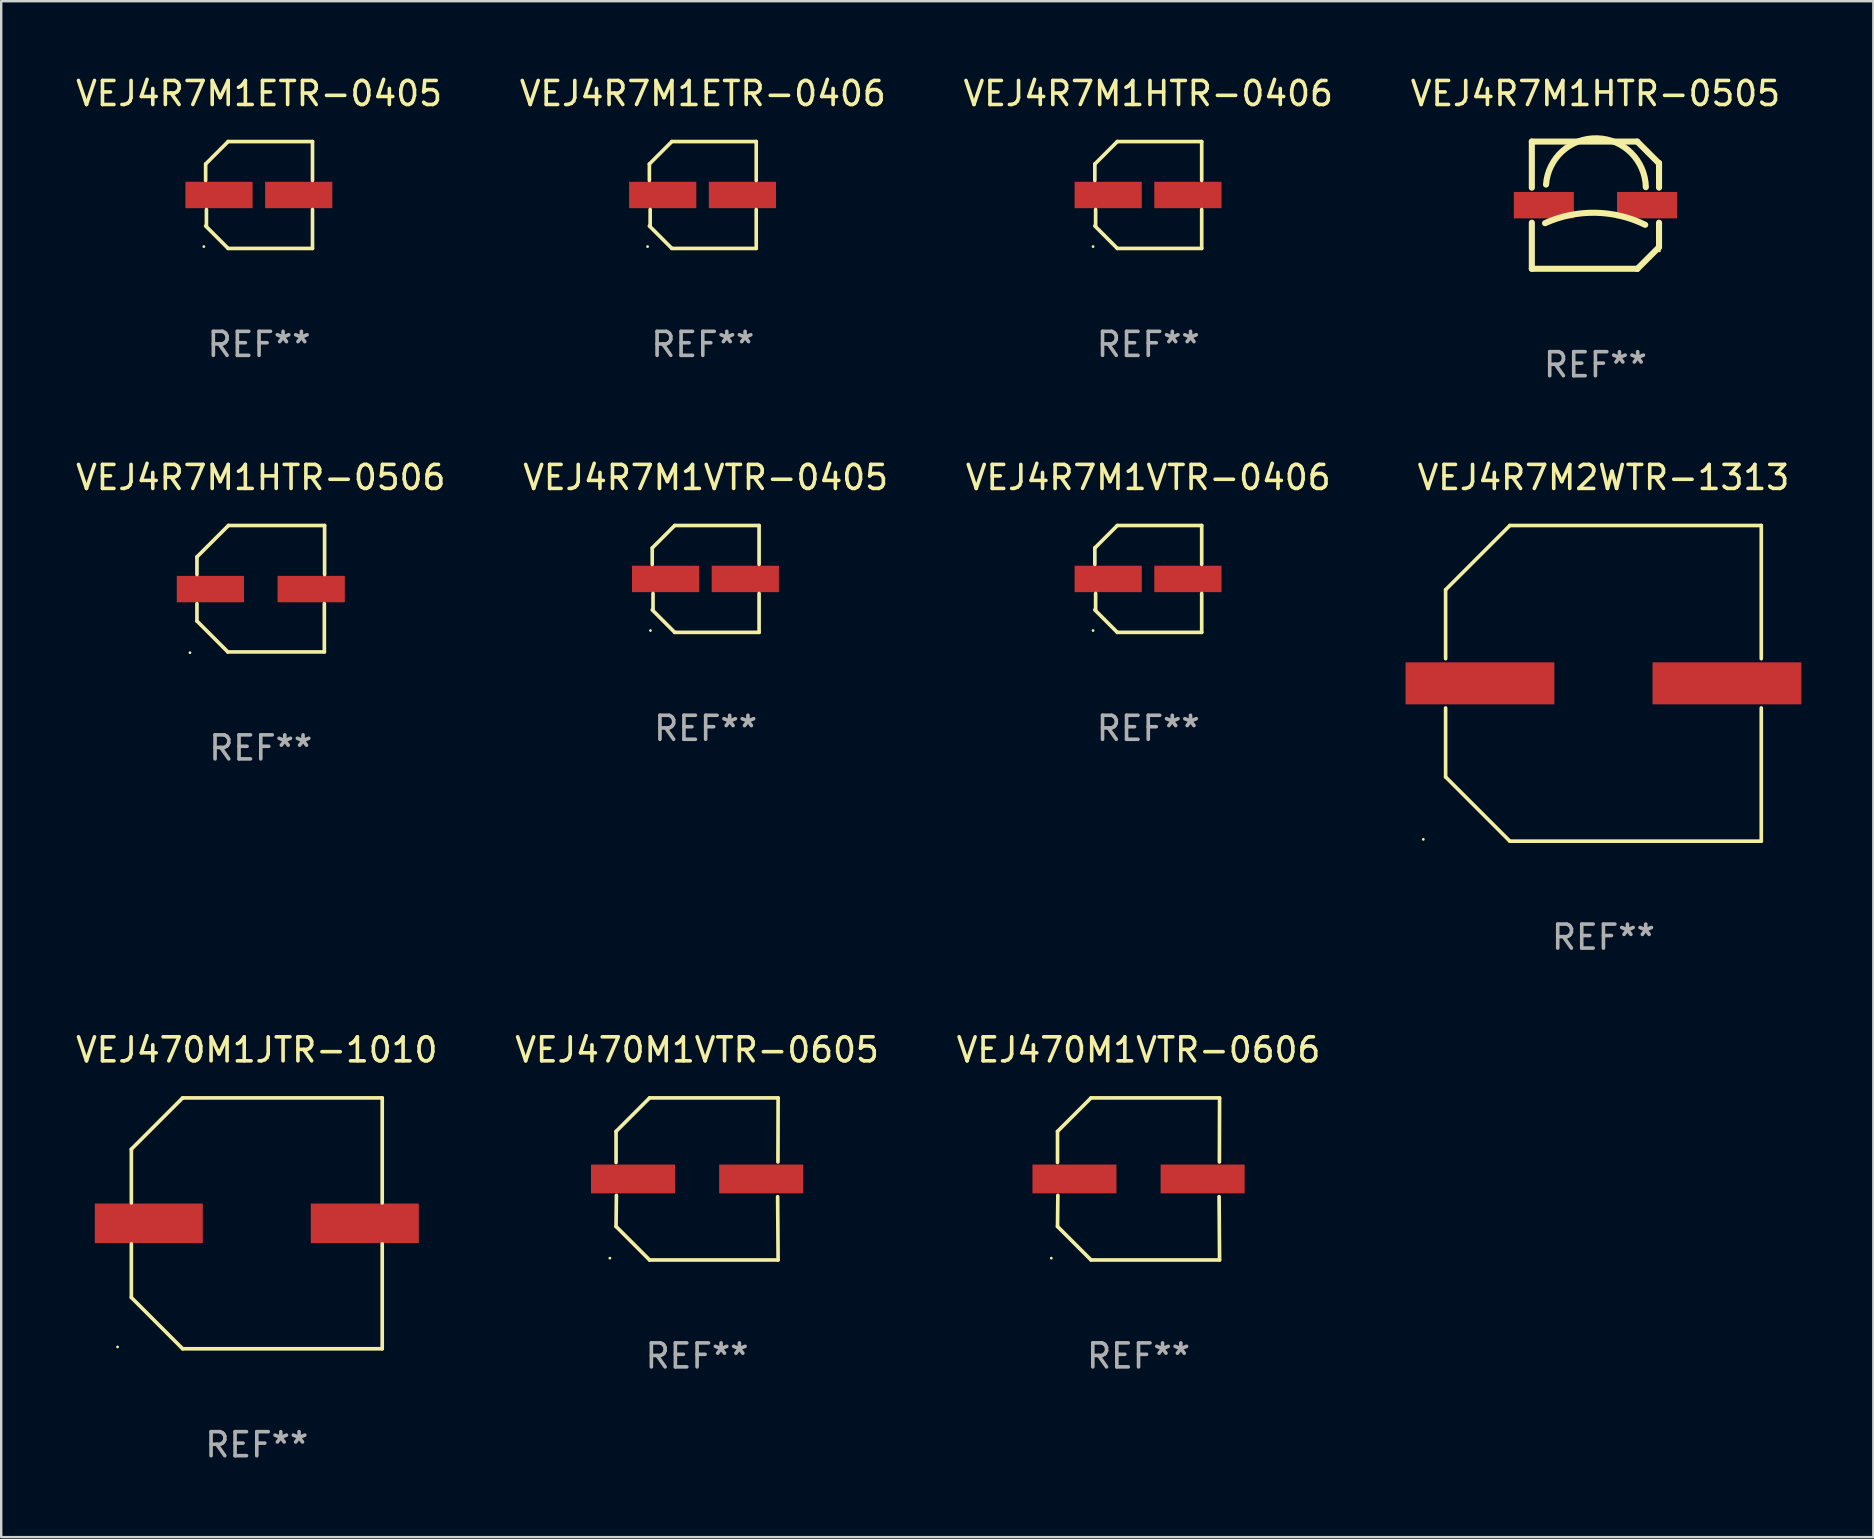
<source format=kicad_pcb>
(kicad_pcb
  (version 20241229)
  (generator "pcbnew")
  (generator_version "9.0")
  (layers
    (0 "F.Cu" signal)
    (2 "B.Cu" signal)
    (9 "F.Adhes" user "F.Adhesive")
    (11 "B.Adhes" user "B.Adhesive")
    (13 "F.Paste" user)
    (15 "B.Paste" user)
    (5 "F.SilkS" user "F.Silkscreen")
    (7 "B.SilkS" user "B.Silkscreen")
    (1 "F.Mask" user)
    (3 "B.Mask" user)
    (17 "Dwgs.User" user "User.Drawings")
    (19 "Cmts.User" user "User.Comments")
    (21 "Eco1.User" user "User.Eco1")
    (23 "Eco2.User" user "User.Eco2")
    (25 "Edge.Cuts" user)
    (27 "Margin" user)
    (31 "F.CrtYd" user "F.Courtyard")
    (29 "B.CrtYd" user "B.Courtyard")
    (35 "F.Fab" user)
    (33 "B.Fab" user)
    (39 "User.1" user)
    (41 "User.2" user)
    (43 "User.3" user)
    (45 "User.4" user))
  (footprint "VEJ4R7M1VTR-0406"
    (layer "F.Cu")
    (at 44.792 21.071)
    (property "Reference" "VEJ4R7M1VTR-0406" (at 0 -4.226 0) (layer "F.SilkS") (effects (font (size 1 1) (thickness 0.15))))
    (attr through_hole)
    (fp_line (start -2.226 -1.29) (end -2.226 -0.607) (stroke (width 0.152) (type solid)) (layer "F.SilkS"))
    (fp_line (start -2.193 1.29) (end -2.193 0.607) (stroke (width 0.152) (type solid)) (layer "F.SilkS"))
    (fp_line (start -1.29 2.226) (end -2.226 1.29) (stroke (width 0.152) (type solid)) (layer "F.SilkS"))
    (fp_line (start -1.29 -2.226) (end -2.226 -1.29) (stroke (width 0.152) (type solid)) (layer "F.SilkS"))
    (fp_line (start 2.226 -2.226) (end -1.29 -2.226) (stroke (width 0.152) (type solid)) (layer "F.SilkS"))
    (fp_line (start 2.226 -0.607) (end 2.226 -2.226) (stroke (width 0.152) (type solid)) (layer "F.SilkS"))
    (fp_line (start 2.226 0.607) (end 2.226 2.226) (stroke (width 0.152) (type solid)) (layer "F.SilkS"))
    (fp_line (start 2.226 2.226) (end -1.29 2.226) (stroke (width 0.152) (type solid)) (layer "F.SilkS"))
    (fp_circle (center -2.3 2.15) (end -2.27 2.15) (stroke (width 0.06) (type solid)) (fill no) (layer "F.SilkS"))
    (fp_text user "REF**" (at 0 6.226 0) (layer "F.Fab") (effects (font (size 1 1) (thickness 0.15))))
    (pad "1" smd rect (at -1.67 -0.000025) (size 2.8 1.1) (layers "F.Cu" "F.Mask" "F.Paste"))
    (pad "2" smd rect (at 1.651 -0.000025) (size 2.8 1.1) (layers "F.Cu" "F.Mask" "F.Paste")))
  (footprint "VEJ4R7M1HTR-0505"
    (layer "F.Cu")
    (at 63.423 5.498)
    (property "Reference" "VEJ4R7M1HTR-0505" (at 0 -4.65 0) (layer "F.SilkS") (effects (font (size 1 1) (thickness 0.15))))
    (attr through_hole)
    (fp_line (start -2.65 -2.65) (end 1.74 -2.65) (stroke (width 0.254) (type solid)) (layer "F.SilkS"))
    (fp_line (start -2.65 -0.731) (end -2.65 -2.65) (stroke (width 0.254) (type solid)) (layer "F.SilkS"))
    (fp_line (start -2.65 2.65) (end -2.65 0.731) (stroke (width 0.254) (type solid)) (layer "F.SilkS"))
    (fp_line (start -2.65 2.65) (end 1.73 2.65) (stroke (width 0.254) (type solid)) (layer "F.SilkS"))
    (fp_line (start 1.73 2.65) (end 1.75 2.65) (stroke (width 0.254) (type solid)) (layer "F.SilkS"))
    (fp_line (start 1.75 2.65) (end 2.65 1.75) (stroke (width 0.254) (type solid)) (layer "F.SilkS"))
    (fp_line (start 2.64 -1.75) (end 1.74 -2.65) (stroke (width 0.254) (type solid)) (layer "F.SilkS"))
    (fp_line (start 2.65 -1.75) (end 2.64 -1.75) (stroke (width 0.254) (type solid)) (layer "F.SilkS"))
    (fp_line (start 2.65 -0.731) (end 2.65 -1.75) (stroke (width 0.254) (type solid)) (layer "F.SilkS"))
    (fp_line (start 2.65 1.75) (end 2.65 0.731) (stroke (width 0.254) (type solid)) (layer "F.SilkS"))
    (fp_arc (start -2.1 0.749886) (mid -0.005214 0.316693) (end 2.074168 0.818644) (stroke (width 0.254001) (type solid)) (layer "F.SilkS"))
    (fp_arc (start -2.058369 -0.857759) (mid 0.072137 -2.78601) (end 2.1 -0.750089) (stroke (width 0.254001) (type solid)) (layer "F.SilkS"))
    (fp_circle (center 2.667 1.905) (end 2.697 1.905) (stroke (width 0.06) (type solid)) (fill no) (layer "F.SilkS"))
    (fp_text user "REF**" (at 0 6.65 0) (layer "F.Fab") (effects (font (size 1 1) (thickness 0.15))))
    (pad "1" smd rect (at 2.15 0) (size 2.5 1.1) (layers "F.Cu" "F.Mask" "F.Paste"))
    (pad "2" smd rect (at -2.15 0) (size 2.5 1.1) (layers "F.Cu" "F.Mask" "F.Paste")))
  (footprint "VEJ4R7M1HTR-0506"
    (layer "F.Cu")
    (at 7.815 21.479)
    (property "Reference" "VEJ4R7M1HTR-0506" (at 0 -4.634 0) (layer "F.SilkS") (effects (font (size 1 1) (thickness 0.15))))
    (attr through_hole)
    (fp_line (start -2.659 -1.326) (end -2.659 -0.592) (stroke (width 0.152) (type solid)) (layer "F.SilkS"))
    (fp_line (start -2.659 1.346) (end -2.659 0.622) (stroke (width 0.152) (type solid)) (layer "F.SilkS"))
    (fp_line (start -1.372 2.634) (end -2.659 1.346) (stroke (width 0.152) (type solid)) (layer "F.SilkS"))
    (fp_line (start -1.349 -2.634) (end -2.659 -1.326) (stroke (width 0.152) (type solid)) (layer "F.SilkS"))
    (fp_line (start 2.649 0.622) (end 2.649 2.634) (stroke (width 0.152) (type solid)) (layer "F.SilkS"))
    (fp_line (start 2.649 2.634) (end -1.372 2.634) (stroke (width 0.152) (type solid)) (layer "F.SilkS"))
    (fp_line (start 2.659 -2.634) (end -1.349 -2.634) (stroke (width 0.152) (type solid)) (layer "F.SilkS"))
    (fp_line (start 2.659 -0.592) (end 2.659 -2.634) (stroke (width 0.152) (type solid)) (layer "F.SilkS"))
    (fp_circle (center -2.95 2.665) (end -2.92 2.665) (stroke (width 0.06) (type solid)) (fill no) (layer "F.SilkS"))
    (fp_text user "REF**" (at 0 6.634 0) (layer "F.Fab") (effects (font (size 1 1) (thickness 0.15))))
    (pad "1" smd rect (at -2.1 0.015) (size 2.8 1.1) (layers "F.Cu" "F.Mask" "F.Paste"))
    (pad "2" smd rect (at 2.1 0.015) (size 2.8 1.1) (layers "F.Cu" "F.Mask" "F.Paste")))
  (footprint "VEJ470M1VTR-0605"
    (layer "F.Cu")
    (at 25.994 46.07)
    (property "Reference" "VEJ470M1VTR-0605" (at 0 -5.376 0) (layer "F.SilkS") (effects (font (size 1 1) (thickness 0.15))))
    (attr through_hole)
    (fp_line (start -3.376 -1.98) (end -3.376 -0.686) (stroke (width 0.152) (type solid)) (layer "F.SilkS"))
    (fp_line (start -3.376 1.981) (end -3.362 0.686) (stroke (width 0.152) (type solid)) (layer "F.SilkS"))
    (fp_line (start -1.981 3.376) (end -3.376 1.981) (stroke (width 0.152) (type solid)) (layer "F.SilkS"))
    (fp_line (start -1.98 -3.376) (end -3.376 -1.98) (stroke (width 0.152) (type solid)) (layer "F.SilkS"))
    (fp_line (start 3.356 0.74) (end 3.376 3.376) (stroke (width 0.152) (type solid)) (layer "F.SilkS"))
    (fp_line (start 3.369 -0.707) (end 3.376 -3.376) (stroke (width 0.152) (type solid)) (layer "F.SilkS"))
    (fp_line (start 3.376 3.376) (end -1.981 3.376) (stroke (width 0.152) (type solid)) (layer "F.SilkS"))
    (fp_line (start 3.376 -3.376) (end -1.98 -3.376) (stroke (width 0.152) (type solid)) (layer "F.SilkS"))
    (fp_circle (center -3.634 3.3) (end -3.604 3.3) (stroke (width 0.06) (type solid)) (fill no) (layer "F.SilkS"))
    (fp_text user "REF**" (at 0 7.376 0) (layer "F.Fab") (effects (font (size 1 1) (thickness 0.15))))
    (pad "1" smd rect (at -2.67 0.000254) (size 3.5 1.2) (layers "F.Cu" "F.Mask" "F.Paste"))
    (pad "2" smd rect (at 2.67 0.000254) (size 3.5 1.2) (layers "F.Cu" "F.Mask" "F.Paste")))
  (footprint "VEJ4R7M1VTR-0405"
    (layer "F.Cu")
    (at 26.351 21.071)
    (property "Reference" "VEJ4R7M1VTR-0405" (at 0 -4.226 0) (layer "F.SilkS") (effects (font (size 1 1) (thickness 0.15))))
    (attr through_hole)
    (fp_line (start -2.226 -1.29) (end -2.226 -0.607) (stroke (width 0.152) (type solid)) (layer "F.SilkS"))
    (fp_line (start -2.193 1.29) (end -2.193 0.607) (stroke (width 0.152) (type solid)) (layer "F.SilkS"))
    (fp_line (start -1.29 2.226) (end -2.226 1.29) (stroke (width 0.152) (type solid)) (layer "F.SilkS"))
    (fp_line (start -1.29 -2.226) (end -2.226 -1.29) (stroke (width 0.152) (type solid)) (layer "F.SilkS"))
    (fp_line (start 2.226 -2.226) (end -1.29 -2.226) (stroke (width 0.152) (type solid)) (layer "F.SilkS"))
    (fp_line (start 2.226 -0.607) (end 2.226 -2.226) (stroke (width 0.152) (type solid)) (layer "F.SilkS"))
    (fp_line (start 2.226 0.607) (end 2.226 2.226) (stroke (width 0.152) (type solid)) (layer "F.SilkS"))
    (fp_line (start 2.226 2.226) (end -1.29 2.226) (stroke (width 0.152) (type solid)) (layer "F.SilkS"))
    (fp_circle (center -2.3 2.15) (end -2.27 2.15) (stroke (width 0.06) (type solid)) (fill no) (layer "F.SilkS"))
    (fp_text user "REF**" (at 0 6.226 0) (layer "F.Fab") (effects (font (size 1 1) (thickness 0.15))))
    (pad "1" smd rect (at -1.67 -0.000025) (size 2.8 1.1) (layers "F.Cu" "F.Mask" "F.Paste"))
    (pad "2" smd rect (at 1.651 -0.000025) (size 2.8 1.1) (layers "F.Cu" "F.Mask" "F.Paste")))
  (footprint "VEJ470M1JTR-1010"
    (layer "F.Cu")
    (at 7.649 47.92)
    (property "Reference" "VEJ470M1JTR-1010" (at 0 -7.226 0) (layer "F.SilkS") (effects (font (size 1 1) (thickness 0.15))))
    (attr through_hole)
    (fp_line (start -5.226 -3.09) (end -5.226 -0.852) (stroke (width 0.152) (type solid)) (layer "F.SilkS"))
    (fp_line (start -5.226 3.09) (end -5.226 0.852) (stroke (width 0.152) (type solid)) (layer "F.SilkS"))
    (fp_line (start -3.09 -5.226) (end -5.226 -3.09) (stroke (width 0.152) (type solid)) (layer "F.SilkS"))
    (fp_line (start -3.09 5.226) (end -5.226 3.09) (stroke (width 0.152) (type solid)) (layer "F.SilkS"))
    (fp_line (start 5.226 -5.226) (end -3.09 -5.226) (stroke (width 0.152) (type solid)) (layer "F.SilkS"))
    (fp_line (start 5.226 -0.852) (end 5.226 -5.226) (stroke (width 0.152) (type solid)) (layer "F.SilkS"))
    (fp_line (start 5.226 0.852) (end 5.226 5.226) (stroke (width 0.152) (type solid)) (layer "F.SilkS"))
    (fp_line (start 5.226 5.226) (end -3.09 5.226) (stroke (width 0.152) (type solid)) (layer "F.SilkS"))
    (fp_circle (center -5.8 5.15) (end -5.77 5.15) (stroke (width 0.06) (type solid)) (fill no) (layer "F.SilkS"))
    (fp_text user "REF**" (at 0 9.226 0) (layer "F.Fab") (effects (font (size 1 1) (thickness 0.15))))
    (pad "1" smd rect (at -4.5 0) (size 4.5 1.65) (layers "F.Cu" "F.Mask" "F.Paste"))
    (pad "2" smd rect (at 4.5 0) (size 4.5 1.65) (layers "F.Cu" "F.Mask" "F.Paste")))
  (footprint "VEJ470M1VTR-0606"
    (layer "F.Cu")
    (at 44.387 46.07)
    (property "Reference" "VEJ470M1VTR-0606" (at 0 -5.376 0) (layer "F.SilkS") (effects (font (size 1 1) (thickness 0.15))))
    (attr through_hole)
    (fp_line (start -3.376 -1.98) (end -3.376 -0.686) (stroke (width 0.152) (type solid)) (layer "F.SilkS"))
    (fp_line (start -3.376 1.981) (end -3.362 0.686) (stroke (width 0.152) (type solid)) (layer "F.SilkS"))
    (fp_line (start -1.981 3.376) (end -3.376 1.981) (stroke (width 0.152) (type solid)) (layer "F.SilkS"))
    (fp_line (start -1.98 -3.376) (end -3.376 -1.98) (stroke (width 0.152) (type solid)) (layer "F.SilkS"))
    (fp_line (start 3.356 0.74) (end 3.376 3.376) (stroke (width 0.152) (type solid)) (layer "F.SilkS"))
    (fp_line (start 3.369 -0.707) (end 3.376 -3.376) (stroke (width 0.152) (type solid)) (layer "F.SilkS"))
    (fp_line (start 3.376 3.376) (end -1.981 3.376) (stroke (width 0.152) (type solid)) (layer "F.SilkS"))
    (fp_line (start 3.376 -3.376) (end -1.98 -3.376) (stroke (width 0.152) (type solid)) (layer "F.SilkS"))
    (fp_circle (center -3.634 3.3) (end -3.604 3.3) (stroke (width 0.06) (type solid)) (fill no) (layer "F.SilkS"))
    (fp_text user "REF**" (at 0 7.376 0) (layer "F.Fab") (effects (font (size 1 1) (thickness 0.15))))
    (pad "1" smd rect (at -2.67 0.000254) (size 3.5 1.2) (layers "F.Cu" "F.Mask" "F.Paste"))
    (pad "2" smd rect (at 2.67 0.000254) (size 3.5 1.2) (layers "F.Cu" "F.Mask" "F.Paste")))
  (footprint "VEJ4R7M1ETR-0405"
    (layer "F.Cu")
    (at 7.744 5.074)
    (property "Reference" "VEJ4R7M1ETR-0405" (at 0 -4.226 0) (layer "F.SilkS") (effects (font (size 1 1) (thickness 0.15))))
    (attr through_hole)
    (fp_line (start -2.226 -1.29) (end -2.226 -0.607) (stroke (width 0.152) (type solid)) (layer "F.SilkS"))
    (fp_line (start -2.193 1.29) (end -2.193 0.607) (stroke (width 0.152) (type solid)) (layer "F.SilkS"))
    (fp_line (start -1.29 2.226) (end -2.226 1.29) (stroke (width 0.152) (type solid)) (layer "F.SilkS"))
    (fp_line (start -1.29 -2.226) (end -2.226 -1.29) (stroke (width 0.152) (type solid)) (layer "F.SilkS"))
    (fp_line (start 2.226 -2.226) (end -1.29 -2.226) (stroke (width 0.152) (type solid)) (layer "F.SilkS"))
    (fp_line (start 2.226 -0.607) (end 2.226 -2.226) (stroke (width 0.152) (type solid)) (layer "F.SilkS"))
    (fp_line (start 2.226 0.607) (end 2.226 2.226) (stroke (width 0.152) (type solid)) (layer "F.SilkS"))
    (fp_line (start 2.226 2.226) (end -1.29 2.226) (stroke (width 0.152) (type solid)) (layer "F.SilkS"))
    (fp_circle (center -2.3 2.15) (end -2.27 2.15) (stroke (width 0.06) (type solid)) (fill no) (layer "F.SilkS"))
    (fp_text user "REF**" (at 0 6.226 0) (layer "F.Fab") (effects (font (size 1 1) (thickness 0.15))))
    (pad "1" smd rect (at -1.67 -0.000025) (size 2.8 1.1) (layers "F.Cu" "F.Mask" "F.Paste"))
    (pad "2" smd rect (at 1.651 -0.000025) (size 2.8 1.1) (layers "F.Cu" "F.Mask" "F.Paste")))
  (footprint "VEJ4R7M1HTR-0406"
    (layer "F.Cu")
    (at 44.792 5.074)
    (property "Reference" "VEJ4R7M1HTR-0406" (at 0 -4.226 0) (layer "F.SilkS") (effects (font (size 1 1) (thickness 0.15))))
    (attr through_hole)
    (fp_line (start -2.226 -1.29) (end -2.226 -0.607) (stroke (width 0.152) (type solid)) (layer "F.SilkS"))
    (fp_line (start -2.193 1.29) (end -2.193 0.607) (stroke (width 0.152) (type solid)) (layer "F.SilkS"))
    (fp_line (start -1.29 2.226) (end -2.226 1.29) (stroke (width 0.152) (type solid)) (layer "F.SilkS"))
    (fp_line (start -1.29 -2.226) (end -2.226 -1.29) (stroke (width 0.152) (type solid)) (layer "F.SilkS"))
    (fp_line (start 2.226 -2.226) (end -1.29 -2.226) (stroke (width 0.152) (type solid)) (layer "F.SilkS"))
    (fp_line (start 2.226 -0.607) (end 2.226 -2.226) (stroke (width 0.152) (type solid)) (layer "F.SilkS"))
    (fp_line (start 2.226 0.607) (end 2.226 2.226) (stroke (width 0.152) (type solid)) (layer "F.SilkS"))
    (fp_line (start 2.226 2.226) (end -1.29 2.226) (stroke (width 0.152) (type solid)) (layer "F.SilkS"))
    (fp_circle (center -2.3 2.15) (end -2.27 2.15) (stroke (width 0.06) (type solid)) (fill no) (layer "F.SilkS"))
    (fp_text user "REF**" (at 0 6.226 0) (layer "F.Fab") (effects (font (size 1 1) (thickness 0.15))))
    (pad "1" smd rect (at -1.67 -0.000025) (size 2.8 1.1) (layers "F.Cu" "F.Mask" "F.Paste"))
    (pad "2" smd rect (at 1.651 -0.000025) (size 2.8 1.1) (layers "F.Cu" "F.Mask" "F.Paste")))
  (footprint "VEJ4R7M2WTR-1313"
    (layer "F.Cu")
    (at 63.757 25.421)
    (property "Reference" "VEJ4R7M2WTR-1313" (at 0 -8.576 0) (layer "F.SilkS") (effects (font (size 1 1) (thickness 0.15))))
    (attr through_hole)
    (fp_line (start -6.576 -3.9) (end -6.576 -1.027) (stroke (width 0.152) (type solid)) (layer "F.SilkS"))
    (fp_line (start -6.576 3.9) (end -6.576 1.027) (stroke (width 0.152) (type solid)) (layer "F.SilkS"))
    (fp_line (start -3.9 -6.576) (end -6.576 -3.9) (stroke (width 0.152) (type solid)) (layer "F.SilkS"))
    (fp_line (start -3.9 6.576) (end -6.576 3.9) (stroke (width 0.152) (type solid)) (layer "F.SilkS"))
    (fp_line (start 6.576 -6.576) (end -3.9 -6.576) (stroke (width 0.152) (type solid)) (layer "F.SilkS"))
    (fp_line (start 6.576 -1.027) (end 6.576 -6.576) (stroke (width 0.152) (type solid)) (layer "F.SilkS"))
    (fp_line (start 6.576 1.027) (end 6.576 6.576) (stroke (width 0.152) (type solid)) (layer "F.SilkS"))
    (fp_line (start 6.576 6.576) (end -3.9 6.576) (stroke (width 0.152) (type solid)) (layer "F.SilkS"))
    (fp_circle (center -7.506 6.5) (end -7.476 6.5) (stroke (width 0.06) (type solid)) (fill no) (layer "F.SilkS"))
    (fp_text user "REF**" (at 0 10.576 0) (layer "F.Fab") (effects (font (size 1 1) (thickness 0.15))))
    (pad "1" smd rect (at -5.145 0) (size 6.2 1.75) (layers "F.Cu" "F.Mask" "F.Paste"))
    (pad "2" smd rect (at 5.145 0) (size 6.2 1.75) (layers "F.Cu" "F.Mask" "F.Paste")))
  (footprint "VEJ4R7M1ETR-0406"
    (layer "F.Cu")
    (at 26.232 5.074)
    (property "Reference" "VEJ4R7M1ETR-0406" (at 0 -4.226 0) (layer "F.SilkS") (effects (font (size 1 1) (thickness 0.15))))
    (attr through_hole)
    (fp_line (start -2.226 -1.29) (end -2.226 -0.607) (stroke (width 0.152) (type solid)) (layer "F.SilkS"))
    (fp_line (start -2.193 1.29) (end -2.193 0.607) (stroke (width 0.152) (type solid)) (layer "F.SilkS"))
    (fp_line (start -1.29 2.226) (end -2.226 1.29) (stroke (width 0.152) (type solid)) (layer "F.SilkS"))
    (fp_line (start -1.29 -2.226) (end -2.226 -1.29) (stroke (width 0.152) (type solid)) (layer "F.SilkS"))
    (fp_line (start 2.226 -2.226) (end -1.29 -2.226) (stroke (width 0.152) (type solid)) (layer "F.SilkS"))
    (fp_line (start 2.226 -0.607) (end 2.226 -2.226) (stroke (width 0.152) (type solid)) (layer "F.SilkS"))
    (fp_line (start 2.226 0.607) (end 2.226 2.226) (stroke (width 0.152) (type solid)) (layer "F.SilkS"))
    (fp_line (start 2.226 2.226) (end -1.29 2.226) (stroke (width 0.152) (type solid)) (layer "F.SilkS"))
    (fp_circle (center -2.3 2.15) (end -2.27 2.15) (stroke (width 0.06) (type solid)) (fill no) (layer "F.SilkS"))
    (fp_text user "REF**" (at 0 6.226 0) (layer "F.Fab") (effects (font (size 1 1) (thickness 0.15))))
    (pad "1" smd rect (at -1.67 -0.000025) (size 2.8 1.1) (layers "F.Cu" "F.Mask" "F.Paste"))
    (pad "2" smd rect (at 1.651 -0.000025) (size 2.8 1.1) (layers "F.Cu" "F.Mask" "F.Paste")))
  (gr_rect
    (start -3 -3)
    (end 75.002 60.994)
    (stroke (width 0.1) (type default))
    (fill no)
    (layer "Edge.Cuts")))
</source>
